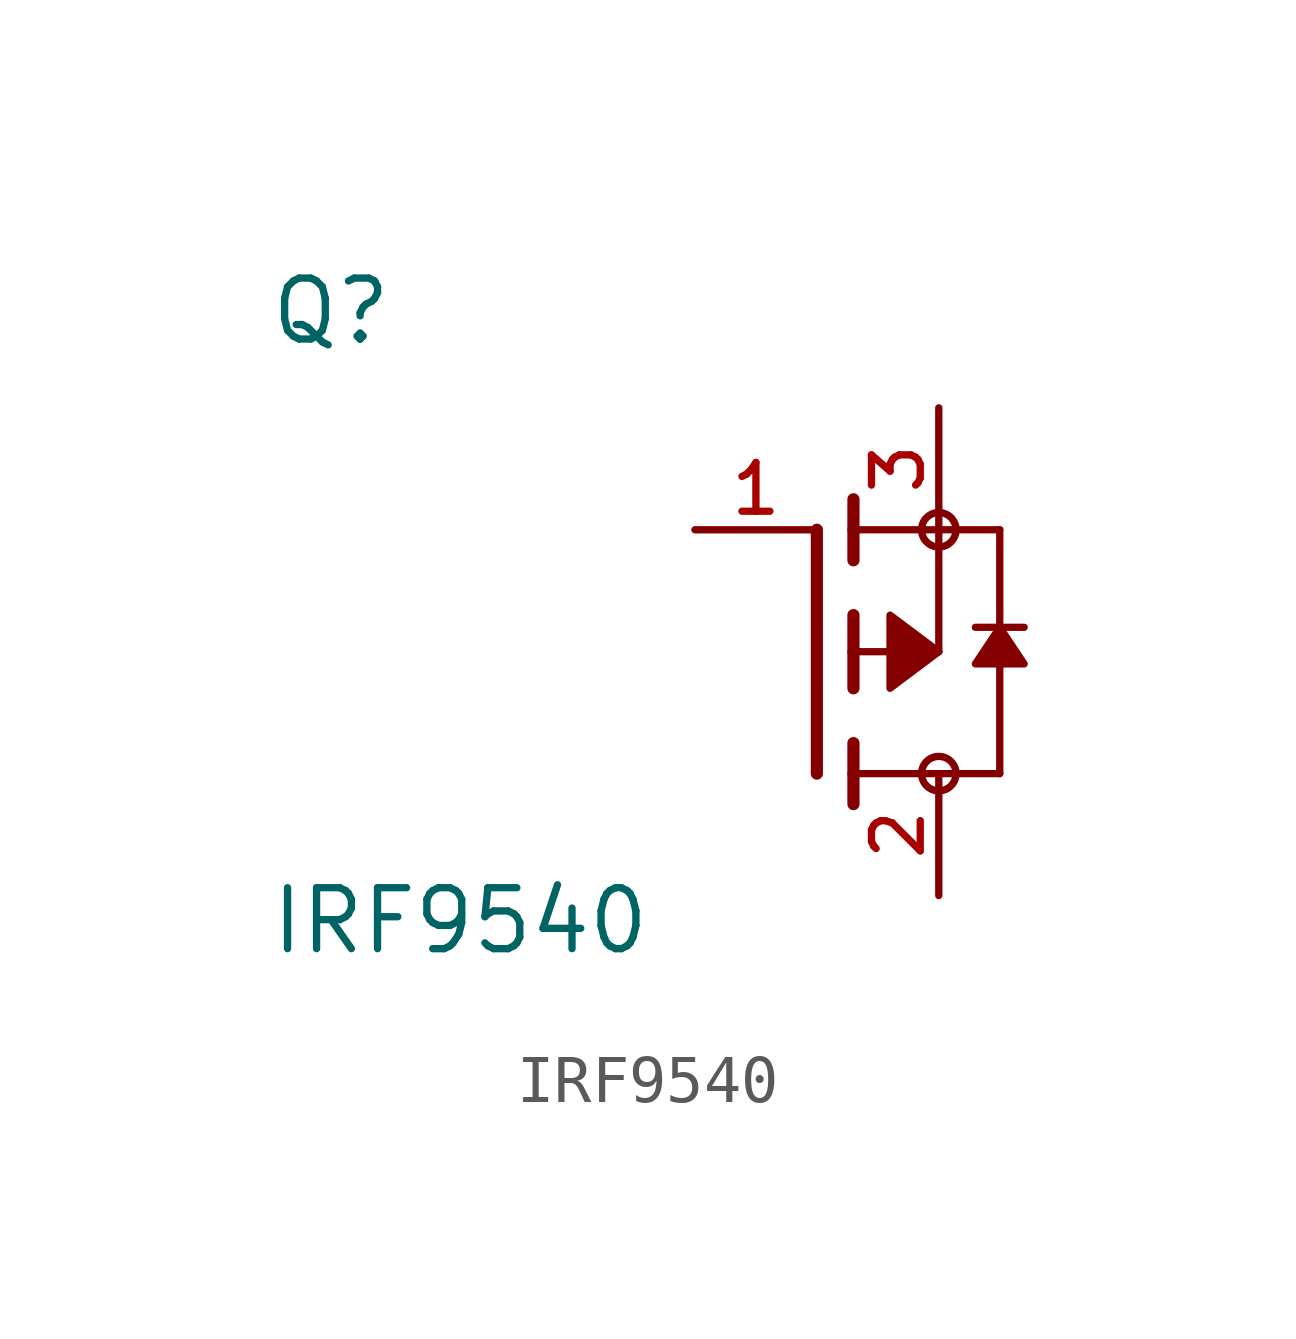
<source format=kicad_sym>
(kicad_symbol_lib
  (version 20211014)
  (generator kicad_symbol_editor)
  (symbol "IRF9540"
    (pin_names
      (offset 1.016))
    (property "Reference" "Q"
      (at -13.97 6.35 0)
      (effects (font (size 1.27 1.27)) (justify bottom left)))
    (property "Value" "IRF9540"
      (at -13.97 -6.35 0)
      (effects (font (size 1.27 1.27)) (justify bottom left)))
    (symbol "IRF9540_0_0"
      (polyline (pts (xy -1.778 -0.762) (xy -1.778 0.0)) (stroke (width 0.254)))
      (polyline (pts (xy -1.778 0.0) (xy -1.778 0.762)) (stroke (width 0.254)))
      (polyline (pts (xy -1.778 -3.175) (xy -1.778 -2.54)) (stroke (width 0.254)))
      (polyline (pts (xy -1.778 -2.54) (xy -1.778 -1.905)) (stroke (width 0.254)))
      (polyline (pts (xy -1.778 0.0) (xy 0.0 0.0)) (stroke (width 0.152)))
      (polyline (pts (xy 0.0 0.0) (xy 0.0 2.54)) (stroke (width 0.152)))
      (polyline (pts (xy -1.778 1.905) (xy -1.778 2.54)) (stroke (width 0.254)))
      (polyline (pts (xy -1.778 2.54) (xy -1.778 3.175)) (stroke (width 0.254)))
      (polyline (pts (xy -2.54 -2.54) (xy -2.54 2.54)) (stroke (width 0.254)))
      (polyline (pts (xy 0.0 2.54) (xy -1.778 2.54)) (stroke (width 0.152)))
      (polyline (pts (xy 1.27 -2.54) (xy 1.27 0.508)) (stroke (width 0.152)))
      (polyline (pts (xy 1.27 0.508) (xy 1.27 2.54)) (stroke (width 0.152)))
      (polyline (pts (xy 0.0 2.54) (xy 1.27 2.54)) (stroke (width 0.152)))
      (polyline (pts (xy -1.778 -2.54) (xy 1.27 -2.54)) (stroke (width 0.152)))
      (polyline (pts (xy 0.762 0.508) (xy 1.27 0.508)) (stroke (width 0.152)))
      (polyline (pts (xy 1.27 0.508) (xy 1.778 0.508)) (stroke (width 0.152)))
      (circle (center 0.0 2.54) (radius 0.359) (stroke (width 0.0)) (fill (type none)))
      (circle (center 0.0 -2.54) (radius 0.359) (stroke (width 0.0)) (fill (type none)))
      (polyline (pts (xy 1.27 0.508) (xy 1.778 -0.254) (xy 0.762 -0.254) (xy 1.27 0.508)) (stroke (width 0.152)) (fill (type outline)))
      (polyline (pts (xy 0.0 0.0) (xy -1.016 0.762) (xy -1.016 -0.762) (xy 0.0 0.0)) (stroke (width 0.152)) (fill (type outline)))
      (pin passive line (at 0.0 5.08 270.0) (length 2.54) (name "~" (effects (font (size 1.016 1.016)))) (number "3" (effects (font (size 1.016 1.016)))))
      (pin passive line (at -5.08 2.54 0) (length 2.54) (name "~" (effects (font (size 1.016 1.016)))) (number "1" (effects (font (size 1.016 1.016)))))
      (pin passive line (at 0.0 -5.08 90.0) (length 2.54) (name "~" (effects (font (size 1.016 1.016)))) (number "2" (effects (font (size 1.016 1.016))))))))
</source>
